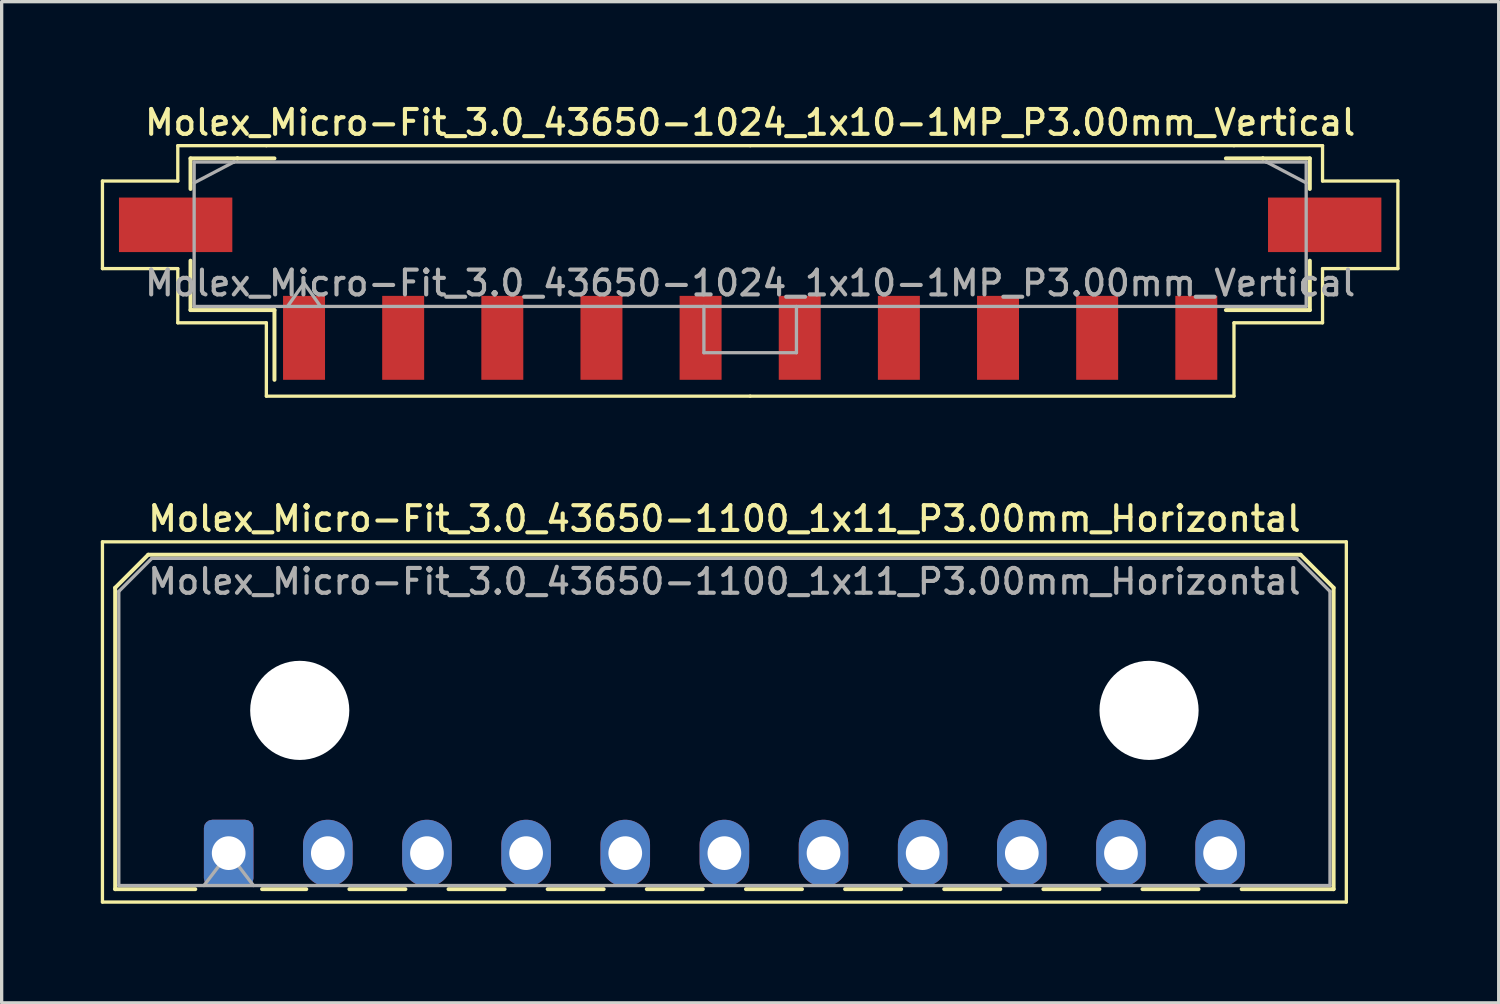
<source format=kicad_pcb>
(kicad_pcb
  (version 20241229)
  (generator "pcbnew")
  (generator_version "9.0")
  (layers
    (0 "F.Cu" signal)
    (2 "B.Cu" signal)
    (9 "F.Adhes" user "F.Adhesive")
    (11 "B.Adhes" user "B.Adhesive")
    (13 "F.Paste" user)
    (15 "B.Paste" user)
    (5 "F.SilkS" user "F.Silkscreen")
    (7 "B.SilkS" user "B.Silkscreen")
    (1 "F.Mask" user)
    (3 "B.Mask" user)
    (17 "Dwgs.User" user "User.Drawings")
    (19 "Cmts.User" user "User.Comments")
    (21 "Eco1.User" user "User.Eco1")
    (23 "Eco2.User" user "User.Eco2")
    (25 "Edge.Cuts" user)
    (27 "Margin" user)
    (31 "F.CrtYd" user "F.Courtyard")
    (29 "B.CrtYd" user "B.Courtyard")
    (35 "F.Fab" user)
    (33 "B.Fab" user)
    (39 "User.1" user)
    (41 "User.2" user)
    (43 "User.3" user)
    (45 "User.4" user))
  (footprint "Molex_Micro-Fit_3.0_43650-1100_1x11_P3.00mm_Horizontal"
    (layer "F.Cu")
    (at 3.87 22.766)
    (property "Reference" "Molex_Micro-Fit_3.0_43650-1100_1x11_P3.00mm_Horizontal" (at 15 -10.12 0) (layer "F.SilkS") (effects (font (size 0.75 0.75) (thickness 0.125))))
    (attr through_hole)
    (fp_line (start -3.82 -9.42) (end 33.82 -9.42) (stroke (width 0.1) (type solid)) (layer "F.SilkS"))
    (fp_line (start -3.82 1.48) (end -3.82 -9.42) (stroke (width 0.1) (type solid)) (layer "F.SilkS"))
    (fp_line (start -3.435 -8.03) (end -2.435 -9.03) (stroke (width 0.12) (type solid)) (layer "F.SilkS"))
    (fp_line (start -3.435 1.09) (end -3.435 -8.03) (stroke (width 0.12) (type solid)) (layer "F.SilkS"))
    (fp_line (start -3.435 1.09) (end -1.01 1.09) (stroke (width 0.12) (type solid)) (layer "F.SilkS"))
    (fp_line (start -2.435 -9.03) (end 32.435 -9.03) (stroke (width 0.12) (type solid)) (layer "F.SilkS"))
    (fp_line (start 1.01 1.09) (end 2.348 1.09) (stroke (width 0.12) (type solid)) (layer "F.SilkS"))
    (fp_line (start 3.652 1.09) (end 5.348 1.09) (stroke (width 0.12) (type solid)) (layer "F.SilkS"))
    (fp_line (start 6.652 1.09) (end 8.348 1.09) (stroke (width 0.12) (type solid)) (layer "F.SilkS"))
    (fp_line (start 9.652 1.09) (end 11.348 1.09) (stroke (width 0.12) (type solid)) (layer "F.SilkS"))
    (fp_line (start 12.652 1.09) (end 14.348 1.09) (stroke (width 0.12) (type solid)) (layer "F.SilkS"))
    (fp_line (start 15.652 1.09) (end 17.348 1.09) (stroke (width 0.12) (type solid)) (layer "F.SilkS"))
    (fp_line (start 18.652 1.09) (end 20.348 1.09) (stroke (width 0.12) (type solid)) (layer "F.SilkS"))
    (fp_line (start 21.652 1.09) (end 23.348 1.09) (stroke (width 0.12) (type solid)) (layer "F.SilkS"))
    (fp_line (start 24.652 1.09) (end 26.348 1.09) (stroke (width 0.12) (type solid)) (layer "F.SilkS"))
    (fp_line (start 27.652 1.09) (end 29.348 1.09) (stroke (width 0.12) (type solid)) (layer "F.SilkS"))
    (fp_line (start 32.435 -9.03) (end 33.435 -8.03) (stroke (width 0.12) (type solid)) (layer "F.SilkS"))
    (fp_line (start 33.435 -8.03) (end 33.435 1.09) (stroke (width 0.12) (type solid)) (layer "F.SilkS"))
    (fp_line (start 33.435 1.09) (end 30.652 1.09) (stroke (width 0.12) (type solid)) (layer "F.SilkS"))
    (fp_line (start 33.82 -9.42) (end 33.82 1.48) (stroke (width 0.1) (type solid)) (layer "F.SilkS"))
    (fp_line (start 33.82 1.48) (end -3.82 1.48) (stroke (width 0.1) (type solid)) (layer "F.SilkS"))
    (fp_line (start -3.325 -7.92) (end -2.325 -8.92) (stroke (width 0.1) (type solid)) (layer "F.Fab"))
    (fp_line (start -3.325 0.98) (end -3.325 -7.92) (stroke (width 0.1) (type solid)) (layer "F.Fab"))
    (fp_line (start -2.325 -8.92) (end 32.325 -8.92) (stroke (width 0.1) (type solid)) (layer "F.Fab"))
    (fp_line (start -0.75 0.98) (end 0 0) (stroke (width 0.1) (type solid)) (layer "F.Fab"))
    (fp_line (start 0 0) (end 0.75 0.98) (stroke (width 0.1) (type solid)) (layer "F.Fab"))
    (fp_line (start 32.325 -8.92) (end 33.325 -7.92) (stroke (width 0.1) (type solid)) (layer "F.Fab"))
    (fp_line (start 33.325 -7.92) (end 33.325 0.98) (stroke (width 0.1) (type solid)) (layer "F.Fab"))
    (fp_line (start 33.325 0.98) (end -3.325 0.98) (stroke (width 0.1) (type solid)) (layer "F.Fab"))
    (fp_text user "${REFERENCE}" (at 15 -8.22 0) (layer "F.Fab") (effects (font (size 0.75 0.75) (thickness 0.125))))
    (pad "" np_thru_hole circle (at 2.15 -4.32) (size 3 3) (drill 3) (layers "*.Cu" "*.Mask"))
    (pad "" np_thru_hole circle (at 27.85 -4.32) (size 3 3) (drill 3) (layers "*.Cu" "*.Mask"))
    (pad "1" thru_hole roundrect (at 0 0) (size 1.5 2.02) (drill 1.02) (layers "*.Cu" "*.Mask") (roundrect_rratio 0.167))
    (pad "2" thru_hole oval (at 3 0) (size 1.5 2.02) (drill 1.02) (layers "*.Cu" "*.Mask"))
    (pad "3" thru_hole oval (at 6 0) (size 1.5 2.02) (drill 1.02) (layers "*.Cu" "*.Mask"))
    (pad "4" thru_hole oval (at 9 0) (size 1.5 2.02) (drill 1.02) (layers "*.Cu" "*.Mask"))
    (pad "5" thru_hole oval (at 12 0) (size 1.5 2.02) (drill 1.02) (layers "*.Cu" "*.Mask"))
    (pad "6" thru_hole oval (at 15 0) (size 1.5 2.02) (drill 1.02) (layers "*.Cu" "*.Mask"))
    (pad "7" thru_hole oval (at 18 0) (size 1.5 2.02) (drill 1.02) (layers "*.Cu" "*.Mask"))
    (pad "8" thru_hole oval (at 21 0) (size 1.5 2.02) (drill 1.02) (layers "*.Cu" "*.Mask"))
    (pad "9" thru_hole oval (at 24 0) (size 1.5 2.02) (drill 1.02) (layers "*.Cu" "*.Mask"))
    (pad "10" thru_hole oval (at 27 0) (size 1.5 2.02) (drill 1.02) (layers "*.Cu" "*.Mask"))
    (pad "11" thru_hole oval (at 30 0) (size 1.5 2.02) (drill 1.02) (layers "*.Cu" "*.Mask")))
  (footprint "Molex_Micro-Fit_3.0_43650-1024_1x10-1MP_P3.00mm_Vertical"
    (layer "F.Cu")
    (at 19.65 4.038)
    (property "Reference" "Molex_Micro-Fit_3.0_43650-1024_1x10-1MP_P3.00mm_Vertical" (at 0 -3.38 0) (layer "F.SilkS") (effects (font (size 0.75 0.75) (thickness 0.125))))
    (attr smd)
    (fp_line (start -19.6 -1.61) (end -19.6 1.04) (stroke (width 0.1) (type solid)) (layer "F.SilkS"))
    (fp_line (start -19.6 1.04) (end -17.32 1.04) (stroke (width 0.1) (type solid)) (layer "F.SilkS"))
    (fp_line (start -17.32 -2.68) (end -17.32 -1.61) (stroke (width 0.1) (type solid)) (layer "F.SilkS"))
    (fp_line (start -17.32 -1.61) (end -19.6 -1.61) (stroke (width 0.1) (type solid)) (layer "F.SilkS"))
    (fp_line (start -17.32 1.04) (end -17.32 2.68) (stroke (width 0.1) (type solid)) (layer "F.SilkS"))
    (fp_line (start -17.32 2.68) (end -14.64 2.68) (stroke (width 0.1) (type solid)) (layer "F.SilkS"))
    (fp_line (start -16.935 -2.295) (end -15.515 -2.295) (stroke (width 0.12) (type solid)) (layer "F.SilkS"))
    (fp_line (start -16.935 -1.37) (end -16.935 -2.295) (stroke (width 0.12) (type solid)) (layer "F.SilkS"))
    (fp_line (start -16.935 0.8) (end -16.935 2.295) (stroke (width 0.12) (type solid)) (layer "F.SilkS"))
    (fp_line (start -16.935 2.295) (end -14.395 2.295) (stroke (width 0.12) (type solid)) (layer "F.SilkS"))
    (fp_line (start -15.515 -2.295) (end -15.515 -2.295) (stroke (width 0.12) (type solid)) (layer "F.SilkS"))
    (fp_line (start -15.515 -2.295) (end -14.395 -2.295) (stroke (width 0.12) (type solid)) (layer "F.SilkS"))
    (fp_line (start -14.64 -2.68) (end -17.32 -2.68) (stroke (width 0.1) (type solid)) (layer "F.SilkS"))
    (fp_line (start -14.64 2.68) (end -14.64 4.9) (stroke (width 0.1) (type solid)) (layer "F.SilkS"))
    (fp_line (start -14.64 4.9) (end 0 4.9) (stroke (width 0.1) (type solid)) (layer "F.SilkS"))
    (fp_line (start -14.395 2.295) (end -14.395 4.405) (stroke (width 0.12) (type solid)) (layer "F.SilkS"))
    (fp_line (start 0 -2.68) (end -14.64 -2.68) (stroke (width 0.1) (type solid)) (layer "F.SilkS"))
    (fp_line (start 0 -2.68) (end 14.64 -2.68) (stroke (width 0.1) (type solid)) (layer "F.SilkS"))
    (fp_line (start 14.64 -2.68) (end 17.32 -2.68) (stroke (width 0.1) (type solid)) (layer "F.SilkS"))
    (fp_line (start 14.64 2.68) (end 14.64 4.9) (stroke (width 0.1) (type solid)) (layer "F.SilkS"))
    (fp_line (start 14.64 4.9) (end 0 4.9) (stroke (width 0.1) (type solid)) (layer "F.SilkS"))
    (fp_line (start 15.515 -2.295) (end 14.395 -2.295) (stroke (width 0.12) (type solid)) (layer "F.SilkS"))
    (fp_line (start 15.515 -2.295) (end 15.515 -2.295) (stroke (width 0.12) (type solid)) (layer "F.SilkS"))
    (fp_line (start 16.935 -2.295) (end 15.515 -2.295) (stroke (width 0.12) (type solid)) (layer "F.SilkS"))
    (fp_line (start 16.935 -1.37) (end 16.935 -2.295) (stroke (width 0.12) (type solid)) (layer "F.SilkS"))
    (fp_line (start 16.935 0.8) (end 16.935 2.295) (stroke (width 0.12) (type solid)) (layer "F.SilkS"))
    (fp_line (start 16.935 2.295) (end 14.395 2.295) (stroke (width 0.12) (type solid)) (layer "F.SilkS"))
    (fp_line (start 17.32 -2.68) (end 17.32 -1.61) (stroke (width 0.1) (type solid)) (layer "F.SilkS"))
    (fp_line (start 17.32 -1.61) (end 19.6 -1.61) (stroke (width 0.1) (type solid)) (layer "F.SilkS"))
    (fp_line (start 17.32 1.04) (end 17.32 2.68) (stroke (width 0.1) (type solid)) (layer "F.SilkS"))
    (fp_line (start 17.32 2.68) (end 14.64 2.68) (stroke (width 0.1) (type solid)) (layer "F.SilkS"))
    (fp_line (start 19.6 -1.61) (end 19.6 1.04) (stroke (width 0.1) (type solid)) (layer "F.SilkS"))
    (fp_line (start 19.6 1.04) (end 17.32 1.04) (stroke (width 0.1) (type solid)) (layer "F.SilkS"))
    (fp_line (start -16.825 -2.185) (end -16.825 2.185) (stroke (width 0.1) (type solid)) (layer "F.Fab"))
    (fp_line (start -16.825 -1.555) (end -15.625 -2.185) (stroke (width 0.1) (type solid)) (layer "F.Fab"))
    (fp_line (start -16.825 2.185) (end 16.825 2.185) (stroke (width 0.1) (type solid)) (layer "F.Fab"))
    (fp_line (start -15.625 -2.185) (end -16.825 -2.185) (stroke (width 0.1) (type solid)) (layer "F.Fab"))
    (fp_line (start -15.625 -2.185) (end -15.625 -2.185) (stroke (width 0.1) (type solid)) (layer "F.Fab"))
    (fp_line (start -14 2.185) (end -13.5 1.478) (stroke (width 0.1) (type solid)) (layer "F.Fab"))
    (fp_line (start -13.5 1.478) (end -13 2.185) (stroke (width 0.1) (type solid)) (layer "F.Fab"))
    (fp_line (start -1.4 2.185) (end -1.4 3.585) (stroke (width 0.1) (type solid)) (layer "F.Fab"))
    (fp_line (start -1.4 3.585) (end 1.4 3.585) (stroke (width 0.1) (type solid)) (layer "F.Fab"))
    (fp_line (start 1.4 3.585) (end 1.4 2.185) (stroke (width 0.1) (type solid)) (layer "F.Fab"))
    (fp_line (start 15.625 -2.185) (end -15.625 -2.185) (stroke (width 0.1) (type solid)) (layer "F.Fab"))
    (fp_line (start 15.625 -2.185) (end 15.625 -2.185) (stroke (width 0.1) (type solid)) (layer "F.Fab"))
    (fp_line (start 16.825 -2.185) (end 15.625 -2.185) (stroke (width 0.1) (type solid)) (layer "F.Fab"))
    (fp_line (start 16.825 -1.555) (end 15.625 -2.185) (stroke (width 0.1) (type solid)) (layer "F.Fab"))
    (fp_line (start 16.825 2.185) (end 16.825 -2.185) (stroke (width 0.1) (type solid)) (layer "F.Fab"))
    (fp_text user "${REFERENCE}" (at 0 1.48 0) (layer "F.Fab") (effects (font (size 0.75 0.75) (thickness 0.125))))
    (pad "1" smd rect (at -13.5 3.135) (size 1.27 2.54) (layers "F.Cu" "F.Mask" "F.Paste"))
    (pad "2" smd rect (at -10.5 3.135) (size 1.27 2.54) (layers "F.Cu" "F.Mask" "F.Paste"))
    (pad "3" smd rect (at -7.5 3.135) (size 1.27 2.54) (layers "F.Cu" "F.Mask" "F.Paste"))
    (pad "4" smd rect (at -4.5 3.135) (size 1.27 2.54) (layers "F.Cu" "F.Mask" "F.Paste"))
    (pad "5" smd rect (at -1.5 3.135) (size 1.27 2.54) (layers "F.Cu" "F.Mask" "F.Paste"))
    (pad "6" smd rect (at 1.5 3.135) (size 1.27 2.54) (layers "F.Cu" "F.Mask" "F.Paste"))
    (pad "7" smd rect (at 4.5 3.135) (size 1.27 2.54) (layers "F.Cu" "F.Mask" "F.Paste"))
    (pad "8" smd rect (at 7.5 3.135) (size 1.27 2.54) (layers "F.Cu" "F.Mask" "F.Paste"))
    (pad "9" smd rect (at 10.5 3.135) (size 1.27 2.54) (layers "F.Cu" "F.Mask" "F.Paste"))
    (pad "10" smd rect (at 13.5 3.135) (size 1.27 2.54) (layers "F.Cu" "F.Mask" "F.Paste"))
    (pad "MP" smd rect (at -17.385 -0.285) (size 3.43 1.65) (layers "F.Cu" "F.Mask" "F.Paste"))
    (pad "MP" smd rect (at 17.385 -0.285) (size 3.43 1.65) (layers "F.Cu" "F.Mask" "F.Paste")))
  (gr_rect
    (start -3 -3)
    (end 42.3 27.296)
    (stroke (width 0.1) (type default))
    (fill no)
    (layer "Edge.Cuts")))
</source>
